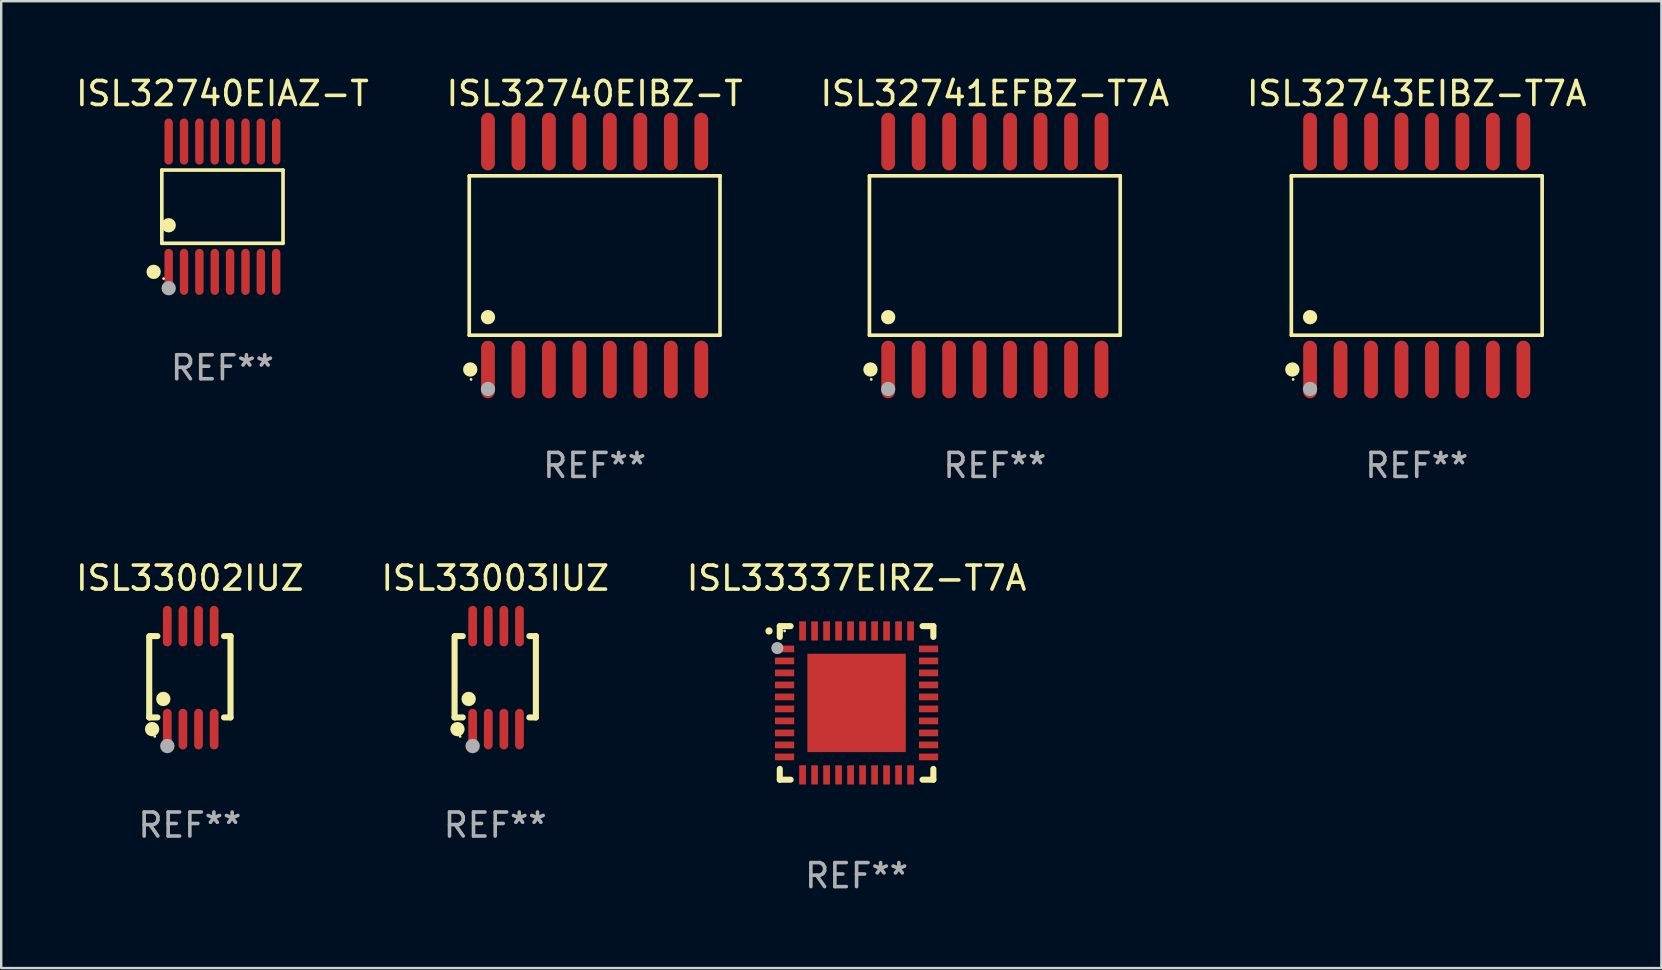
<source format=kicad_pcb>
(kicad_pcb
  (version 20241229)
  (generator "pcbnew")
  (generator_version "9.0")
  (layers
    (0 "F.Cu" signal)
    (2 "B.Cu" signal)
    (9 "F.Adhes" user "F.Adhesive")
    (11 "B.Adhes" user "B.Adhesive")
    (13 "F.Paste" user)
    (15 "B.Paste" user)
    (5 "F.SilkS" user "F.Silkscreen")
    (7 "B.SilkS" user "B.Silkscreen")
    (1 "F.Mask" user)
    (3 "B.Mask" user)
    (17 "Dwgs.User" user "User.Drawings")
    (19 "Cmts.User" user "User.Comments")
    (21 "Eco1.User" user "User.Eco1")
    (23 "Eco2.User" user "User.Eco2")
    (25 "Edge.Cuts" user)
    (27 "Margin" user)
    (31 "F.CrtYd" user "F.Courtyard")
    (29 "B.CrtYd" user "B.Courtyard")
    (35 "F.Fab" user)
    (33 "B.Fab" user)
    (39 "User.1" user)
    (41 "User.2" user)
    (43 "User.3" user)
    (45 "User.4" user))
  (footprint "ISL32743EIBZ-T7A"
    (layer "F.Cu")
    (at 55.994 7.599)
    (property "Reference" "ISL32743EIBZ-T7A" (at 0 -6.75 0) (layer "F.SilkS") (effects (font (size 1 1) (thickness 0.15))))
    (attr through_hole)
    (fp_line (start -5.226 -3.321) (end 5.226 -3.321) (stroke (width 0.152) (type solid)) (layer "F.SilkS"))
    (fp_line (start -5.226 3.321) (end -5.226 -3.321) (stroke (width 0.152) (type solid)) (layer "F.SilkS"))
    (fp_line (start 5.226 -3.321) (end 5.226 3.321) (stroke (width 0.152) (type solid)) (layer "F.SilkS"))
    (fp_line (start 5.226 3.321) (end -5.226 3.321) (stroke (width 0.152) (type solid)) (layer "F.SilkS"))
    (fp_circle (center -5.184 4.75) (end -5.034 4.75) (stroke (width 0.3) (type solid)) (fill no) (layer "F.SilkS"))
    (fp_circle (center -5.15 5.163) (end -5.12 5.163) (stroke (width 0.06) (type solid)) (fill no) (layer "F.SilkS"))
    (fp_circle (center -4.445 2.569) (end -4.295 2.569) (stroke (width 0.3) (type solid)) (fill no) (layer "F.SilkS"))
    (fp_circle (center -4.445 5.563) (end -4.295 5.563) (stroke (width 0.3) (type solid)) (fill no) (layer "F.Fab"))
    (fp_text user "REF**" (at 0 8.75 0) (layer "F.Fab") (effects (font (size 1 1) (thickness 0.15))))
    (pad "1" smd oval (at -4.445 4.75) (size 0.574 2.401) (layers "F.Cu" "F.Mask" "F.Paste"))
    (pad "2" smd oval (at -3.175 4.75) (size 0.574 2.401) (layers "F.Cu" "F.Mask" "F.Paste"))
    (pad "3" smd oval (at -1.905 4.75) (size 0.574 2.401) (layers "F.Cu" "F.Mask" "F.Paste"))
    (pad "4" smd oval (at -0.635 4.75) (size 0.574 2.401) (layers "F.Cu" "F.Mask" "F.Paste"))
    (pad "5" smd oval (at 0.635 4.75) (size 0.574 2.401) (layers "F.Cu" "F.Mask" "F.Paste"))
    (pad "6" smd oval (at 1.905 4.75) (size 0.574 2.401) (layers "F.Cu" "F.Mask" "F.Paste"))
    (pad "7" smd oval (at 3.175 4.75) (size 0.574 2.401) (layers "F.Cu" "F.Mask" "F.Paste"))
    (pad "8" smd oval (at 4.445 4.75) (size 0.574 2.401) (layers "F.Cu" "F.Mask" "F.Paste"))
    (pad "9" smd oval (at 4.445 -4.75) (size 0.574 2.401) (layers "F.Cu" "F.Mask" "F.Paste"))
    (pad "10" smd oval (at 3.175 -4.75) (size 0.574 2.401) (layers "F.Cu" "F.Mask" "F.Paste"))
    (pad "11" smd oval (at 1.905 -4.75) (size 0.574 2.401) (layers "F.Cu" "F.Mask" "F.Paste"))
    (pad "12" smd oval (at 0.635 -4.75) (size 0.574 2.401) (layers "F.Cu" "F.Mask" "F.Paste"))
    (pad "13" smd oval (at -0.635 -4.75) (size 0.574 2.401) (layers "F.Cu" "F.Mask" "F.Paste"))
    (pad "14" smd oval (at -1.905 -4.75) (size 0.574 2.401) (layers "F.Cu" "F.Mask" "F.Paste"))
    (pad "15" smd oval (at -3.175 -4.75) (size 0.574 2.401) (layers "F.Cu" "F.Mask" "F.Paste"))
    (pad "16" smd oval (at -4.445 -4.75) (size 0.574 2.401) (layers "F.Cu" "F.Mask" "F.Paste")))
  (footprint "ISL32740EIAZ-T"
    (layer "F.Cu")
    (at 6.22 5.564)
    (property "Reference" "ISL32740EIAZ-T" (at 0 -4.716 0) (layer "F.SilkS") (effects (font (size 1 1) (thickness 0.15))))
    (attr through_hole)
    (fp_line (start -2.526 -1.526) (end 2.526 -1.526) (stroke (width 0.152) (type solid)) (layer "F.SilkS"))
    (fp_line (start -2.526 1.526) (end -2.526 -1.526) (stroke (width 0.152) (type solid)) (layer "F.SilkS"))
    (fp_line (start 2.526 -1.526) (end 2.526 1.526) (stroke (width 0.152) (type solid)) (layer "F.SilkS"))
    (fp_line (start 2.526 1.526) (end -2.526 1.526) (stroke (width 0.152) (type solid)) (layer "F.SilkS"))
    (fp_circle (center -2.867 2.716) (end -2.717 2.716) (stroke (width 0.3) (type solid)) (fill no) (layer "F.SilkS"))
    (fp_circle (center -2.45 2.997) (end -2.42 2.997) (stroke (width 0.06) (type solid)) (fill no) (layer "F.SilkS"))
    (fp_circle (center -2.24 0.774) (end -2.09 0.774) (stroke (width 0.3) (type solid)) (fill no) (layer "F.SilkS"))
    (fp_circle (center -2.24 3.398) (end -2.09 3.398) (stroke (width 0.3) (type solid)) (fill no) (layer "F.Fab"))
    (fp_text user "REF**" (at 0 6.716 0) (layer "F.Fab") (effects (font (size 1 1) (thickness 0.15))))
    (pad "1" smd oval (at -2.24 2.716) (size 0.35 1.922) (layers "F.Cu" "F.Mask" "F.Paste"))
    (pad "2" smd oval (at -1.6 2.716) (size 0.35 1.922) (layers "F.Cu" "F.Mask" "F.Paste"))
    (pad "3" smd oval (at -0.96 2.716) (size 0.35 1.922) (layers "F.Cu" "F.Mask" "F.Paste"))
    (pad "4" smd oval (at -0.32 2.716) (size 0.35 1.922) (layers "F.Cu" "F.Mask" "F.Paste"))
    (pad "5" smd oval (at 0.32 2.716) (size 0.35 1.922) (layers "F.Cu" "F.Mask" "F.Paste"))
    (pad "6" smd oval (at 0.96 2.716) (size 0.35 1.922) (layers "F.Cu" "F.Mask" "F.Paste"))
    (pad "7" smd oval (at 1.6 2.716) (size 0.35 1.922) (layers "F.Cu" "F.Mask" "F.Paste"))
    (pad "8" smd oval (at 2.24 2.716) (size 0.35 1.922) (layers "F.Cu" "F.Mask" "F.Paste"))
    (pad "9" smd oval (at 2.24 -2.716) (size 0.35 1.922) (layers "F.Cu" "F.Mask" "F.Paste"))
    (pad "10" smd oval (at 1.6 -2.716) (size 0.35 1.922) (layers "F.Cu" "F.Mask" "F.Paste"))
    (pad "11" smd oval (at 0.96 -2.716) (size 0.35 1.922) (layers "F.Cu" "F.Mask" "F.Paste"))
    (pad "12" smd oval (at 0.32 -2.716) (size 0.35 1.922) (layers "F.Cu" "F.Mask" "F.Paste"))
    (pad "13" smd oval (at -0.32 -2.716) (size 0.35 1.922) (layers "F.Cu" "F.Mask" "F.Paste"))
    (pad "14" smd oval (at -0.96 -2.716) (size 0.35 1.922) (layers "F.Cu" "F.Mask" "F.Paste"))
    (pad "15" smd oval (at -1.6 -2.716) (size 0.35 1.922) (layers "F.Cu" "F.Mask" "F.Paste"))
    (pad "16" smd oval (at -2.24 -2.716) (size 0.35 1.922) (layers "F.Cu" "F.Mask" "F.Paste")))
  (footprint "ISL33337EIRZ-T7A"
    (layer "F.Cu")
    (at 32.649 26.245)
    (property "Reference" "ISL33337EIRZ-T7A" (at 0 -5.2 0) (layer "F.SilkS") (effects (font (size 1 1) (thickness 0.15))))
    (attr through_hole)
    (fp_line (start -3.2 -3.2) (end -2.75 -3.2) (stroke (width 0.254) (type solid)) (layer "F.SilkS"))
    (fp_line (start -3.2 -2.75) (end -3.2 -3.2) (stroke (width 0.254) (type solid)) (layer "F.SilkS"))
    (fp_line (start -3.2 3.2) (end -3.2 2.75) (stroke (width 0.254) (type solid)) (layer "F.SilkS"))
    (fp_line (start -2.75 3.2) (end -3.2 3.2) (stroke (width 0.254) (type solid)) (layer "F.SilkS"))
    (fp_line (start 2.75 3.2) (end 3.2 3.2) (stroke (width 0.254) (type solid)) (layer "F.SilkS"))
    (fp_line (start 3.2 -3.2) (end 2.75 -3.2) (stroke (width 0.254) (type solid)) (layer "F.SilkS"))
    (fp_line (start 3.2 -2.75) (end 3.2 -3.2) (stroke (width 0.254) (type solid)) (layer "F.SilkS"))
    (fp_line (start 3.2 3.2) (end 3.2 2.75) (stroke (width 0.254) (type solid)) (layer "F.SilkS"))
    (fp_arc (start -3.649987 -2.997206) (mid -3.649992 -2.998476) (end -3.649987 -2.999746) (stroke (width 0.3) (type solid)) (layer "F.SilkS"))
    (fp_circle (center -3 -3) (end -2.97 -3) (stroke (width 0.06) (type solid)) (fill no) (layer "F.SilkS"))
    (fp_circle (center -3.302 -2.286) (end -3.175 -2.286) (stroke (width 0.254) (type solid)) (fill no) (layer "F.Fab"))
    (fp_text user "REF**" (at 0 7.2 0) (layer "F.Fab") (effects (font (size 1 1) (thickness 0.15))))
    (pad "1" smd rect (at -3 -2.25 90) (size 0.28 0.8) (layers "F.Cu" "F.Mask" "F.Paste"))
    (pad "2" smd rect (at -3 -1.75 90) (size 0.28 0.8) (layers "F.Cu" "F.Mask" "F.Paste"))
    (pad "3" smd rect (at -3 -1.25 90) (size 0.28 0.8) (layers "F.Cu" "F.Mask" "F.Paste"))
    (pad "4" smd rect (at -3 -0.75 90) (size 0.28 0.8) (layers "F.Cu" "F.Mask" "F.Paste"))
    (pad "5" smd rect (at -3 -0.25 90) (size 0.28 0.8) (layers "F.Cu" "F.Mask" "F.Paste"))
    (pad "6" smd rect (at -3 0.25 90) (size 0.28 0.8) (layers "F.Cu" "F.Mask" "F.Paste"))
    (pad "7" smd rect (at -3 0.75 90) (size 0.28 0.8) (layers "F.Cu" "F.Mask" "F.Paste"))
    (pad "8" smd rect (at -3 1.25 90) (size 0.28 0.8) (layers "F.Cu" "F.Mask" "F.Paste"))
    (pad "9" smd rect (at -3 1.75 90) (size 0.28 0.8) (layers "F.Cu" "F.Mask" "F.Paste"))
    (pad "10" smd rect (at -3 2.25 90) (size 0.28 0.8) (layers "F.Cu" "F.Mask" "F.Paste"))
    (pad "11" smd rect (at -2.25 3) (size 0.28 0.8) (layers "F.Cu" "F.Mask" "F.Paste"))
    (pad "12" smd rect (at -1.75 3) (size 0.28 0.8) (layers "F.Cu" "F.Mask" "F.Paste"))
    (pad "13" smd rect (at -1.25 3) (size 0.28 0.8) (layers "F.Cu" "F.Mask" "F.Paste"))
    (pad "14" smd rect (at -0.75 3) (size 0.28 0.8) (layers "F.Cu" "F.Mask" "F.Paste"))
    (pad "15" smd rect (at -0.25 3) (size 0.28 0.8) (layers "F.Cu" "F.Mask" "F.Paste"))
    (pad "16" smd rect (at 0.25 3) (size 0.28 0.8) (layers "F.Cu" "F.Mask" "F.Paste"))
    (pad "17" smd rect (at 0.75 3) (size 0.28 0.8) (layers "F.Cu" "F.Mask" "F.Paste"))
    (pad "18" smd rect (at 1.25 3) (size 0.28 0.8) (layers "F.Cu" "F.Mask" "F.Paste"))
    (pad "19" smd rect (at 1.75 3) (size 0.28 0.8) (layers "F.Cu" "F.Mask" "F.Paste"))
    (pad "20" smd rect (at 2.25 3) (size 0.28 0.8) (layers "F.Cu" "F.Mask" "F.Paste"))
    (pad "21" smd rect (at 3 2.25 90) (size 0.28 0.8) (layers "F.Cu" "F.Mask" "F.Paste"))
    (pad "22" smd rect (at 3 1.75 90) (size 0.28 0.8) (layers "F.Cu" "F.Mask" "F.Paste"))
    (pad "23" smd rect (at 3 1.25 90) (size 0.28 0.8) (layers "F.Cu" "F.Mask" "F.Paste"))
    (pad "24" smd rect (at 3 0.75 90) (size 0.28 0.8) (layers "F.Cu" "F.Mask" "F.Paste"))
    (pad "25" smd rect (at 3 0.25 90) (size 0.28 0.8) (layers "F.Cu" "F.Mask" "F.Paste"))
    (pad "26" smd rect (at 3 -0.25 90) (size 0.28 0.8) (layers "F.Cu" "F.Mask" "F.Paste"))
    (pad "27" smd rect (at 3 -0.75 90) (size 0.28 0.8) (layers "F.Cu" "F.Mask" "F.Paste"))
    (pad "28" smd rect (at 3 -1.25 90) (size 0.28 0.8) (layers "F.Cu" "F.Mask" "F.Paste"))
    (pad "29" smd rect (at 3 -1.75 90) (size 0.28 0.8) (layers "F.Cu" "F.Mask" "F.Paste"))
    (pad "30" smd rect (at 3 -2.25 90) (size 0.28 0.8) (layers "F.Cu" "F.Mask" "F.Paste"))
    (pad "31" smd rect (at 2.25 -3) (size 0.28 0.8) (layers "F.Cu" "F.Mask" "F.Paste"))
    (pad "32" smd rect (at 1.75 -3) (size 0.28 0.8) (layers "F.Cu" "F.Mask" "F.Paste"))
    (pad "33" smd rect (at 1.25 -3) (size 0.28 0.8) (layers "F.Cu" "F.Mask" "F.Paste"))
    (pad "34" smd rect (at 0.75 -3) (size 0.28 0.8) (layers "F.Cu" "F.Mask" "F.Paste"))
    (pad "35" smd rect (at 0.25 -3) (size 0.28 0.8) (layers "F.Cu" "F.Mask" "F.Paste"))
    (pad "36" smd rect (at -0.25 -3) (size 0.28 0.8) (layers "F.Cu" "F.Mask" "F.Paste"))
    (pad "37" smd rect (at -0.75 -3) (size 0.28 0.8) (layers "F.Cu" "F.Mask" "F.Paste"))
    (pad "38" smd rect (at -1.25 -3) (size 0.28 0.8) (layers "F.Cu" "F.Mask" "F.Paste"))
    (pad "39" smd rect (at -1.75 -3) (size 0.28 0.8) (layers "F.Cu" "F.Mask" "F.Paste"))
    (pad "40" smd rect (at -2.25 -3) (size 0.28 0.8) (layers "F.Cu" "F.Mask" "F.Paste"))
    (pad "41" smd rect (at 0 0) (size 4.1 4.1) (layers "F.Cu" "F.Mask" "F.Paste")))
  (footprint "ISL32740EIBZ-T"
    (layer "F.Cu")
    (at 21.732 7.599)
    (property "Reference" "ISL32740EIBZ-T" (at 0 -6.75 0) (layer "F.SilkS") (effects (font (size 1 1) (thickness 0.15))))
    (attr through_hole)
    (fp_line (start -5.226 -3.321) (end 5.226 -3.321) (stroke (width 0.152) (type solid)) (layer "F.SilkS"))
    (fp_line (start -5.226 3.321) (end -5.226 -3.321) (stroke (width 0.152) (type solid)) (layer "F.SilkS"))
    (fp_line (start 5.226 -3.321) (end 5.226 3.321) (stroke (width 0.152) (type solid)) (layer "F.SilkS"))
    (fp_line (start 5.226 3.321) (end -5.226 3.321) (stroke (width 0.152) (type solid)) (layer "F.SilkS"))
    (fp_circle (center -5.184 4.75) (end -5.034 4.75) (stroke (width 0.3) (type solid)) (fill no) (layer "F.SilkS"))
    (fp_circle (center -5.15 5.163) (end -5.12 5.163) (stroke (width 0.06) (type solid)) (fill no) (layer "F.SilkS"))
    (fp_circle (center -4.445 2.569) (end -4.295 2.569) (stroke (width 0.3) (type solid)) (fill no) (layer "F.SilkS"))
    (fp_circle (center -4.445 5.563) (end -4.295 5.563) (stroke (width 0.3) (type solid)) (fill no) (layer "F.Fab"))
    (fp_text user "REF**" (at 0 8.75 0) (layer "F.Fab") (effects (font (size 1 1) (thickness 0.15))))
    (pad "1" smd oval (at -4.445 4.75) (size 0.574 2.401) (layers "F.Cu" "F.Mask" "F.Paste"))
    (pad "2" smd oval (at -3.175 4.75) (size 0.574 2.401) (layers "F.Cu" "F.Mask" "F.Paste"))
    (pad "3" smd oval (at -1.905 4.75) (size 0.574 2.401) (layers "F.Cu" "F.Mask" "F.Paste"))
    (pad "4" smd oval (at -0.635 4.75) (size 0.574 2.401) (layers "F.Cu" "F.Mask" "F.Paste"))
    (pad "5" smd oval (at 0.635 4.75) (size 0.574 2.401) (layers "F.Cu" "F.Mask" "F.Paste"))
    (pad "6" smd oval (at 1.905 4.75) (size 0.574 2.401) (layers "F.Cu" "F.Mask" "F.Paste"))
    (pad "7" smd oval (at 3.175 4.75) (size 0.574 2.401) (layers "F.Cu" "F.Mask" "F.Paste"))
    (pad "8" smd oval (at 4.445 4.75) (size 0.574 2.401) (layers "F.Cu" "F.Mask" "F.Paste"))
    (pad "9" smd oval (at 4.445 -4.75) (size 0.574 2.401) (layers "F.Cu" "F.Mask" "F.Paste"))
    (pad "10" smd oval (at 3.175 -4.75) (size 0.574 2.401) (layers "F.Cu" "F.Mask" "F.Paste"))
    (pad "11" smd oval (at 1.905 -4.75) (size 0.574 2.401) (layers "F.Cu" "F.Mask" "F.Paste"))
    (pad "12" smd oval (at 0.635 -4.75) (size 0.574 2.401) (layers "F.Cu" "F.Mask" "F.Paste"))
    (pad "13" smd oval (at -0.635 -4.75) (size 0.574 2.401) (layers "F.Cu" "F.Mask" "F.Paste"))
    (pad "14" smd oval (at -1.905 -4.75) (size 0.574 2.401) (layers "F.Cu" "F.Mask" "F.Paste"))
    (pad "15" smd oval (at -3.175 -4.75) (size 0.574 2.401) (layers "F.Cu" "F.Mask" "F.Paste"))
    (pad "16" smd oval (at -4.445 -4.75) (size 0.574 2.401) (layers "F.Cu" "F.Mask" "F.Paste")))
  (footprint "ISL33002IUZ"
    (layer "F.Cu")
    (at 4.863 25.191)
    (property "Reference" "ISL33002IUZ" (at 0 -4.146 0) (layer "F.SilkS") (effects (font (size 1 1) (thickness 0.15))))
    (attr through_hole)
    (fp_line (start -1.694 -1.724) (end -1.694 1.652) (stroke (width 0.254) (type solid)) (layer "F.SilkS"))
    (fp_line (start -1.694 1.652) (end -1.688 1.658) (stroke (width 0.254) (type solid)) (layer "F.SilkS"))
    (fp_line (start -1.688 1.658) (end -1.353 1.658) (stroke (width 0.254) (type solid)) (layer "F.SilkS"))
    (fp_line (start -1.661 -1.73) (end -1.681 -1.71) (stroke (width 0.254) (type solid)) (layer "F.SilkS"))
    (fp_line (start -1.353 -1.73) (end -1.661 -1.73) (stroke (width 0.254) (type solid)) (layer "F.SilkS"))
    (fp_line (start 1.424 1.658) (end 1.694 1.658) (stroke (width 0.254) (type solid)) (layer "F.SilkS"))
    (fp_line (start 1.694 -1.73) (end 1.424 -1.73) (stroke (width 0.254) (type solid)) (layer "F.SilkS"))
    (fp_line (start 1.694 1.658) (end 1.694 -1.73) (stroke (width 0.254) (type solid)) (layer "F.SilkS"))
    (fp_circle (center -1.574 2.146) (end -1.424 2.146) (stroke (width 0.3) (type solid)) (fill no) (layer "F.SilkS"))
    (fp_circle (center -1.464 2.45) (end -1.434 2.45) (stroke (width 0.06) (type solid)) (fill no) (layer "F.SilkS"))
    (fp_circle (center -1.107 0.889) (end -0.957 0.889) (stroke (width 0.3) (type solid)) (fill no) (layer "F.SilkS"))
    (fp_circle (center -0.94 2.85) (end -0.789 2.85) (stroke (width 0.3) (type solid)) (fill no) (layer "F.Fab"))
    (fp_text user "REF**" (at 0 6.146 0) (layer "F.Fab") (effects (font (size 1 1) (thickness 0.15))))
    (pad "1" smd oval (at -0.94 2.146) (size 0.364 1.692) (layers "F.Cu" "F.Mask" "F.Paste"))
    (pad "2" smd oval (at -0.289 2.146) (size 0.364 1.692) (layers "F.Cu" "F.Mask" "F.Paste"))
    (pad "3" smd oval (at 0.361 2.146) (size 0.364 1.692) (layers "F.Cu" "F.Mask" "F.Paste"))
    (pad "4" smd oval (at 1.011 2.146) (size 0.364 1.692) (layers "F.Cu" "F.Mask" "F.Paste"))
    (pad "5" smd oval (at 1.011 -2.146) (size 0.364 1.692) (layers "F.Cu" "F.Mask" "F.Paste"))
    (pad "6" smd oval (at 0.361 -2.146) (size 0.364 1.692) (layers "F.Cu" "F.Mask" "F.Paste"))
    (pad "7" smd oval (at -0.289 -2.146) (size 0.364 1.692) (layers "F.Cu" "F.Mask" "F.Paste"))
    (pad "8" smd oval (at -0.94 -2.146) (size 0.364 1.692) (layers "F.Cu" "F.Mask" "F.Paste")))
  (footprint "ISL33003IUZ"
    (layer "F.Cu")
    (at 17.589 25.191)
    (property "Reference" "ISL33003IUZ" (at 0 -4.146 0) (layer "F.SilkS") (effects (font (size 1 1) (thickness 0.15))))
    (attr through_hole)
    (fp_line (start -1.694 -1.724) (end -1.694 1.652) (stroke (width 0.254) (type solid)) (layer "F.SilkS"))
    (fp_line (start -1.694 1.652) (end -1.688 1.658) (stroke (width 0.254) (type solid)) (layer "F.SilkS"))
    (fp_line (start -1.688 1.658) (end -1.353 1.658) (stroke (width 0.254) (type solid)) (layer "F.SilkS"))
    (fp_line (start -1.661 -1.73) (end -1.681 -1.71) (stroke (width 0.254) (type solid)) (layer "F.SilkS"))
    (fp_line (start -1.353 -1.73) (end -1.661 -1.73) (stroke (width 0.254) (type solid)) (layer "F.SilkS"))
    (fp_line (start 1.424 1.658) (end 1.694 1.658) (stroke (width 0.254) (type solid)) (layer "F.SilkS"))
    (fp_line (start 1.694 -1.73) (end 1.424 -1.73) (stroke (width 0.254) (type solid)) (layer "F.SilkS"))
    (fp_line (start 1.694 1.658) (end 1.694 -1.73) (stroke (width 0.254) (type solid)) (layer "F.SilkS"))
    (fp_circle (center -1.574 2.146) (end -1.424 2.146) (stroke (width 0.3) (type solid)) (fill no) (layer "F.SilkS"))
    (fp_circle (center -1.464 2.45) (end -1.434 2.45) (stroke (width 0.06) (type solid)) (fill no) (layer "F.SilkS"))
    (fp_circle (center -1.107 0.889) (end -0.957 0.889) (stroke (width 0.3) (type solid)) (fill no) (layer "F.SilkS"))
    (fp_circle (center -0.94 2.85) (end -0.789 2.85) (stroke (width 0.3) (type solid)) (fill no) (layer "F.Fab"))
    (fp_text user "REF**" (at 0 6.146 0) (layer "F.Fab") (effects (font (size 1 1) (thickness 0.15))))
    (pad "1" smd oval (at -0.94 2.146) (size 0.364 1.692) (layers "F.Cu" "F.Mask" "F.Paste"))
    (pad "2" smd oval (at -0.289 2.146) (size 0.364 1.692) (layers "F.Cu" "F.Mask" "F.Paste"))
    (pad "3" smd oval (at 0.361 2.146) (size 0.364 1.692) (layers "F.Cu" "F.Mask" "F.Paste"))
    (pad "4" smd oval (at 1.011 2.146) (size 0.364 1.692) (layers "F.Cu" "F.Mask" "F.Paste"))
    (pad "5" smd oval (at 1.011 -2.146) (size 0.364 1.692) (layers "F.Cu" "F.Mask" "F.Paste"))
    (pad "6" smd oval (at 0.361 -2.146) (size 0.364 1.692) (layers "F.Cu" "F.Mask" "F.Paste"))
    (pad "7" smd oval (at -0.289 -2.146) (size 0.364 1.692) (layers "F.Cu" "F.Mask" "F.Paste"))
    (pad "8" smd oval (at -0.94 -2.146) (size 0.364 1.692) (layers "F.Cu" "F.Mask" "F.Paste")))
  (footprint "ISL32741EFBZ-T7A"
    (layer "F.Cu")
    (at 38.411 7.599)
    (property "Reference" "ISL32741EFBZ-T7A" (at 0 -6.75 0) (layer "F.SilkS") (effects (font (size 1 1) (thickness 0.15))))
    (attr through_hole)
    (fp_line (start -5.226 -3.321) (end 5.226 -3.321) (stroke (width 0.152) (type solid)) (layer "F.SilkS"))
    (fp_line (start -5.226 3.321) (end -5.226 -3.321) (stroke (width 0.152) (type solid)) (layer "F.SilkS"))
    (fp_line (start 5.226 -3.321) (end 5.226 3.321) (stroke (width 0.152) (type solid)) (layer "F.SilkS"))
    (fp_line (start 5.226 3.321) (end -5.226 3.321) (stroke (width 0.152) (type solid)) (layer "F.SilkS"))
    (fp_circle (center -5.184 4.75) (end -5.034 4.75) (stroke (width 0.3) (type solid)) (fill no) (layer "F.SilkS"))
    (fp_circle (center -5.15 5.163) (end -5.12 5.163) (stroke (width 0.06) (type solid)) (fill no) (layer "F.SilkS"))
    (fp_circle (center -4.445 2.569) (end -4.295 2.569) (stroke (width 0.3) (type solid)) (fill no) (layer "F.SilkS"))
    (fp_circle (center -4.445 5.563) (end -4.295 5.563) (stroke (width 0.3) (type solid)) (fill no) (layer "F.Fab"))
    (fp_text user "REF**" (at 0 8.75 0) (layer "F.Fab") (effects (font (size 1 1) (thickness 0.15))))
    (pad "1" smd oval (at -4.445 4.75) (size 0.574 2.401) (layers "F.Cu" "F.Mask" "F.Paste"))
    (pad "2" smd oval (at -3.175 4.75) (size 0.574 2.401) (layers "F.Cu" "F.Mask" "F.Paste"))
    (pad "3" smd oval (at -1.905 4.75) (size 0.574 2.401) (layers "F.Cu" "F.Mask" "F.Paste"))
    (pad "4" smd oval (at -0.635 4.75) (size 0.574 2.401) (layers "F.Cu" "F.Mask" "F.Paste"))
    (pad "5" smd oval (at 0.635 4.75) (size 0.574 2.401) (layers "F.Cu" "F.Mask" "F.Paste"))
    (pad "6" smd oval (at 1.905 4.75) (size 0.574 2.401) (layers "F.Cu" "F.Mask" "F.Paste"))
    (pad "7" smd oval (at 3.175 4.75) (size 0.574 2.401) (layers "F.Cu" "F.Mask" "F.Paste"))
    (pad "8" smd oval (at 4.445 4.75) (size 0.574 2.401) (layers "F.Cu" "F.Mask" "F.Paste"))
    (pad "9" smd oval (at 4.445 -4.75) (size 0.574 2.401) (layers "F.Cu" "F.Mask" "F.Paste"))
    (pad "10" smd oval (at 3.175 -4.75) (size 0.574 2.401) (layers "F.Cu" "F.Mask" "F.Paste"))
    (pad "11" smd oval (at 1.905 -4.75) (size 0.574 2.401) (layers "F.Cu" "F.Mask" "F.Paste"))
    (pad "12" smd oval (at 0.635 -4.75) (size 0.574 2.401) (layers "F.Cu" "F.Mask" "F.Paste"))
    (pad "13" smd oval (at -0.635 -4.75) (size 0.574 2.401) (layers "F.Cu" "F.Mask" "F.Paste"))
    (pad "14" smd oval (at -1.905 -4.75) (size 0.574 2.401) (layers "F.Cu" "F.Mask" "F.Paste"))
    (pad "15" smd oval (at -3.175 -4.75) (size 0.574 2.401) (layers "F.Cu" "F.Mask" "F.Paste"))
    (pad "16" smd oval (at -4.445 -4.75) (size 0.574 2.401) (layers "F.Cu" "F.Mask" "F.Paste")))
  (gr_rect
    (start -3 -3)
    (end 66.19 37.294)
    (stroke (width 0.1) (type default))
    (fill no)
    (layer "Edge.Cuts")))
</source>
